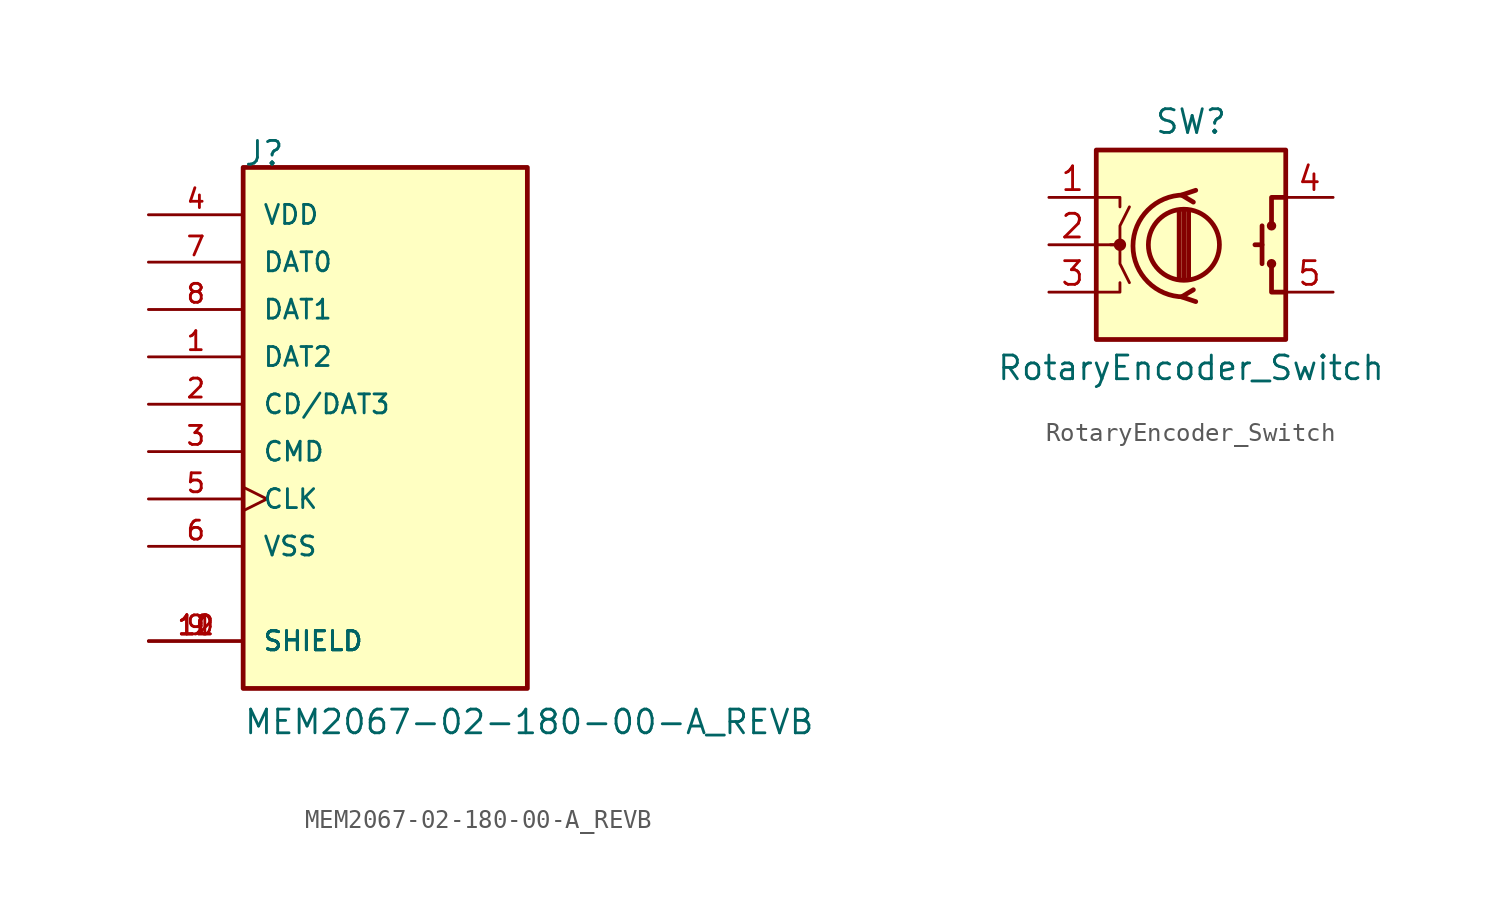
<source format=kicad_sym>
(kicad_symbol_lib
  (version 20231120)
  (generator "kicad_symbol_editor")
  (generator_version "8.0")
  (symbol "MEM2067-02-180-00-A_REVB"
    (pin_names
      (offset 1.016))
    (property "Reference" "J"
      (at 0 12.712 0)
      (effects (font (size 1.27 1.27)) (justify left bottom)))
    (property "Value" "MEM2067-02-180-00-A_REVB"
      (at 0 -17.783 0)
      (effects (font (size 1.27 1.27)) (justify left bottom)))
    (symbol "MEM2067-02-180-00-A_REVB_0_0"
      (rectangle (start 0 -15.24) (end 15.24 12.7) (stroke (width 0.254) (type default)) (fill (type background)))
      (pin bidirectional line (at -5.08 2.54 0) (length 5.08) (name "DAT2" (effects (font (size 1.016 1.016)))) (number "1" (effects (font (size 1.016 1.016)))))
      (pin passive line (at -5.08 -12.7 0) (length 5.08) (name "SHIELD" (effects (font (size 1.016 1.016)))) (number "10" (effects (font (size 1.016 1.016)))))
      (pin passive line (at -5.08 -12.7 0) (length 5.08) (name "SHIELD" (effects (font (size 1.016 1.016)))) (number "11" (effects (font (size 1.016 1.016)))))
      (pin passive line (at -5.08 -12.7 0) (length 5.08) (name "SHIELD" (effects (font (size 1.016 1.016)))) (number "12" (effects (font (size 1.016 1.016)))))
      (pin bidirectional line (at -5.08 0 0) (length 5.08) (name "CD/DAT3" (effects (font (size 1.016 1.016)))) (number "2" (effects (font (size 1.016 1.016)))))
      (pin bidirectional line (at -5.08 -2.54 0) (length 5.08) (name "CMD" (effects (font (size 1.016 1.016)))) (number "3" (effects (font (size 1.016 1.016)))))
      (pin power_in line (at -5.08 10.16 0) (length 5.08) (name "VDD" (effects (font (size 1.016 1.016)))) (number "4" (effects (font (size 1.016 1.016)))))
      (pin bidirectional clock (at -5.08 -5.08 0) (length 5.08) (name "CLK" (effects (font (size 1.016 1.016)))) (number "5" (effects (font (size 1.016 1.016)))))
      (pin power_in line (at -5.08 -7.62 0) (length 5.08) (name "VSS" (effects (font (size 1.016 1.016)))) (number "6" (effects (font (size 1.016 1.016)))))
      (pin bidirectional line (at -5.08 7.62 0) (length 5.08) (name "DAT0" (effects (font (size 1.016 1.016)))) (number "7" (effects (font (size 1.016 1.016)))))
      (pin bidirectional line (at -5.08 5.08 0) (length 5.08) (name "DAT1" (effects (font (size 1.016 1.016)))) (number "8" (effects (font (size 1.016 1.016)))))
      (pin passive line (at -5.08 -12.7 0) (length 5.08) (name "SHIELD" (effects (font (size 1.016 1.016)))) (number "9" (effects (font (size 1.016 1.016)))))))
  (symbol "RotaryEncoder_Switch"
    (pin_names
      (offset 0.254) hide)
    (property "Reference" "SW"
      (at 0 6.604 0)
      (effects (font (size 1.27 1.27))))
    (property "Value" "RotaryEncoder_Switch"
      (at 0 -6.604 0)
      (effects (font (size 1.27 1.27))))
    (symbol "RotaryEncoder_Switch_0_1"
      (rectangle (start -5.08 5.08) (end 5.08 -5.08) (stroke (width 0.254) (type default)) (fill (type background)))
      (circle (center -3.81 0) (radius 0.254) (stroke (width 0) (type default)) (fill (type outline)))
      (circle (center -0.381 0) (radius 1.905) (stroke (width 0.254) (type default)) (fill (type none)))
      (arc (start -0.381 2.667) (mid -3.0988 -0.0635) (end -0.381 -2.794) (stroke (width 0.254) (type default)) (fill (type none)))
      (polyline (pts (xy -0.635 -1.778) (xy -0.635 1.778)) (stroke (width 0.254) (type default)) (fill (type none)))
      (polyline (pts (xy -0.381 -1.778) (xy -0.381 1.778)) (stroke (width 0.254) (type default)) (fill (type none)))
      (polyline (pts (xy -0.127 1.778) (xy -0.127 -1.778)) (stroke (width 0.254) (type default)) (fill (type none)))
      (polyline (pts (xy 3.81 0) (xy 3.429 0)) (stroke (width 0.254) (type default)) (fill (type none)))
      (polyline (pts (xy 3.81 1.016) (xy 3.81 -1.016)) (stroke (width 0.254) (type default)) (fill (type none)))
      (polyline (pts (xy -5.08 -2.54) (xy -3.81 -2.54) (xy -3.81 -2.032)) (stroke (width 0) (type default)) (fill (type none)))
      (polyline (pts (xy -5.08 2.54) (xy -3.81 2.54) (xy -3.81 2.032)) (stroke (width 0) (type default)) (fill (type none)))
      (polyline (pts (xy 0.254 -3.048) (xy -0.508 -2.794) (xy 0.127 -2.413)) (stroke (width 0.254) (type default)) (fill (type none)))
      (polyline (pts (xy 0.254 2.921) (xy -0.508 2.667) (xy 0.127 2.286)) (stroke (width 0.254) (type default)) (fill (type none)))
      (polyline (pts (xy 5.08 -2.54) (xy 4.318 -2.54) (xy 4.318 -1.016)) (stroke (width 0.254) (type default)) (fill (type none)))
      (polyline (pts (xy 5.08 2.54) (xy 4.318 2.54) (xy 4.318 1.016)) (stroke (width 0.254) (type default)) (fill (type none)))
      (polyline (pts (xy -5.08 0) (xy -3.81 0) (xy -3.81 -1.016) (xy -3.302 -2.032)) (stroke (width 0) (type default)) (fill (type none)))
      (polyline (pts (xy -4.318 0) (xy -3.81 0) (xy -3.81 1.016) (xy -3.302 2.032)) (stroke (width 0) (type default)) (fill (type none)))
      (circle (center 4.318 -1.016) (radius 0.127) (stroke (width 0.254) (type default)) (fill (type none)))
      (circle (center 4.318 1.016) (radius 0.127) (stroke (width 0.254) (type default)) (fill (type none))))
    (symbol "RotaryEncoder_Switch_1_1"
      (pin passive line (at -7.62 2.54 0) (length 2.54) (name "A" (effects (font (size 1.27 1.27)))) (number "1" (effects (font (size 1.27 1.27)))))
      (pin passive line (at -7.62 0 0) (length 2.54) (name "C" (effects (font (size 1.27 1.27)))) (number "2" (effects (font (size 1.27 1.27)))))
      (pin passive line (at -7.62 -2.54 0) (length 2.54) (name "B" (effects (font (size 1.27 1.27)))) (number "3" (effects (font (size 1.27 1.27)))))
      (pin passive line (at 7.62 2.54 180) (length 2.54) (name "S1" (effects (font (size 1.27 1.27)))) (number "4" (effects (font (size 1.27 1.27)))))
      (pin passive line (at 7.62 -2.54 180) (length 2.54) (name "S2" (effects (font (size 1.27 1.27)))) (number "5" (effects (font (size 1.27 1.27))))))))
</source>
